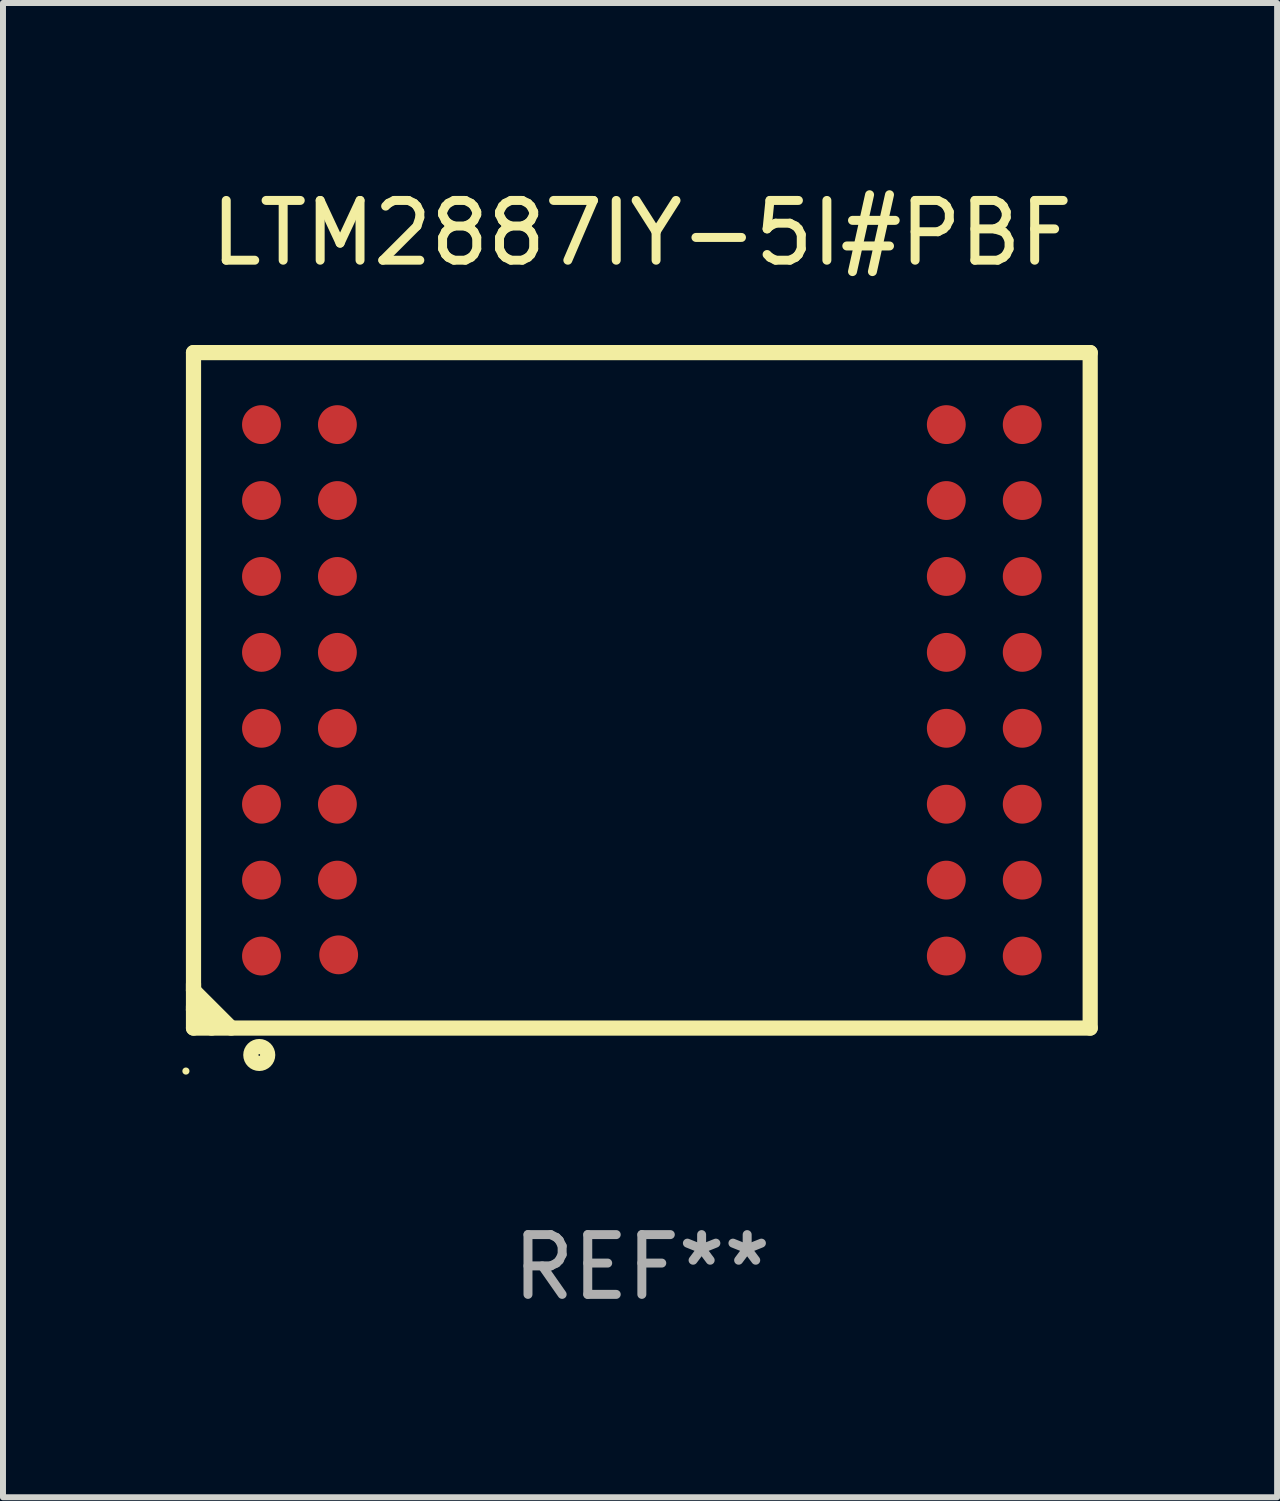
<source format=kicad_pcb>
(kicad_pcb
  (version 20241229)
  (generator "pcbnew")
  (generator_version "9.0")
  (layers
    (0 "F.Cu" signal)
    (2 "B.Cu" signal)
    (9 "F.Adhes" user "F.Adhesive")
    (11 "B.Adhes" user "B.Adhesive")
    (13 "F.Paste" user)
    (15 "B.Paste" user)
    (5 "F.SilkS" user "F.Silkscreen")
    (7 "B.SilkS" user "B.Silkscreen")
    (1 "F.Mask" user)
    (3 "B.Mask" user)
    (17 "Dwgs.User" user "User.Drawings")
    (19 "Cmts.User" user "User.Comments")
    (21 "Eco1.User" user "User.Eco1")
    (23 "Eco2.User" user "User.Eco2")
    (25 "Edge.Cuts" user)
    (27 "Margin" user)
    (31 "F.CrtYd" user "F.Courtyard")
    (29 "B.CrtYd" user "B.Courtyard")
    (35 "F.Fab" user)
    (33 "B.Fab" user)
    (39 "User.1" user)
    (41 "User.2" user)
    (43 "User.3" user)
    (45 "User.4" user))
  (footprint "LTM2887IY-5I#PBF"
    (layer "F.Cu")
    (at 7.687 8.498)
    (property "Reference" "LTM2887IY-5I#PBF" (at 0 -7.65 0) (layer "F.SilkS") (effects (font (size 1 1) (thickness 0.15))))
    (attr through_hole)
    (fp_line (start -7.5 -5.65) (end -7.5 5.65) (stroke (width 0.254) (type solid)) (layer "F.SilkS"))
    (fp_line (start -7.5 -5.65) (end 7.5 -5.65) (stroke (width 0.254) (type solid)) (layer "F.SilkS"))
    (fp_line (start -7.5 4.911) (end -7.5 5.02) (stroke (width 0.254) (type solid)) (layer "F.SilkS"))
    (fp_line (start -7.5 5.02) (end -6.87 5.65) (stroke (width 0.254) (type solid)) (layer "F.SilkS"))
    (fp_line (start -7.5 5.286) (end -7.5 5.347) (stroke (width 0.254) (type solid)) (layer "F.SilkS"))
    (fp_line (start -7.5 5.347) (end -7.197 5.65) (stroke (width 0.254) (type solid)) (layer "F.SilkS"))
    (fp_line (start -7.5 5.65) (end 7.5 5.65) (stroke (width 0.254) (type solid)) (layer "F.SilkS"))
    (fp_line (start 7.5 -5.65) (end 7.5 5.65) (stroke (width 0.254) (type solid)) (layer "F.SilkS"))
    (fp_circle (center -7.627 6.369) (end -7.597 6.369) (stroke (width 0.06) (type solid)) (fill no) (layer "F.SilkS"))
    (fp_circle (center -6.4 6.1) (end -6.259 6.1) (stroke (width 0.254) (type solid)) (fill no) (layer "F.SilkS"))
    (fp_text user "REF**" (at 0 9.65 0) (layer "F.Fab") (effects (font (size 1 1) (thickness 0.15))))
    (pad "A1" smd circle (at -6.363 4.445) (size 0.65 0.65) (layers "F.Cu" "F.Mask" "F.Paste"))
    (pad "A2" smd circle (at -6.363 3.175) (size 0.65 0.65) (layers "F.Cu" "F.Mask" "F.Paste"))
    (pad "A3" smd circle (at -6.363 1.905) (size 0.65 0.65) (layers "F.Cu" "F.Mask" "F.Paste"))
    (pad "A4" smd circle (at -6.363 0.635) (size 0.65 0.65) (layers "F.Cu" "F.Mask" "F.Paste"))
    (pad "A5" smd circle (at -6.363 -0.635) (size 0.65 0.65) (layers "F.Cu" "F.Mask" "F.Paste"))
    (pad "A6" smd circle (at -6.363 -1.905) (size 0.65 0.65) (layers "F.Cu" "F.Mask" "F.Paste"))
    (pad "A7" smd circle (at -6.363 -3.175) (size 0.65 0.65) (layers "F.Cu" "F.Mask" "F.Paste"))
    (pad "A8" smd circle (at -6.363 -4.445) (size 0.65 0.65) (layers "F.Cu" "F.Mask" "F.Paste"))
    (pad "B1" smd circle (at -5.072 4.425) (size 0.65 0.65) (layers "F.Cu" "F.Mask" "F.Paste"))
    (pad "B2" smd circle (at -5.093 3.175) (size 0.65 0.65) (layers "F.Cu" "F.Mask" "F.Paste"))
    (pad "B3" smd circle (at -5.093 1.905) (size 0.65 0.65) (layers "F.Cu" "F.Mask" "F.Paste"))
    (pad "B4" smd circle (at -5.093 0.635) (size 0.65 0.65) (layers "F.Cu" "F.Mask" "F.Paste"))
    (pad "B5" smd circle (at -5.093 -0.635) (size 0.65 0.65) (layers "F.Cu" "F.Mask" "F.Paste"))
    (pad "B6" smd circle (at -5.093 -1.905) (size 0.65 0.65) (layers "F.Cu" "F.Mask" "F.Paste"))
    (pad "B7" smd circle (at -5.093 -3.175) (size 0.65 0.65) (layers "F.Cu" "F.Mask" "F.Paste"))
    (pad "B8" smd circle (at -5.093 -4.445) (size 0.65 0.65) (layers "F.Cu" "F.Mask" "F.Paste"))
    (pad "K1" smd circle (at 5.093 4.445) (size 0.65 0.65) (layers "F.Cu" "F.Mask" "F.Paste"))
    (pad "K2" smd circle (at 5.093 3.175) (size 0.65 0.65) (layers "F.Cu" "F.Mask" "F.Paste"))
    (pad "K3" smd circle (at 5.093 1.905) (size 0.65 0.65) (layers "F.Cu" "F.Mask" "F.Paste"))
    (pad "K4" smd circle (at 5.093 0.635) (size 0.65 0.65) (layers "F.Cu" "F.Mask" "F.Paste"))
    (pad "K5" smd circle (at 5.093 -0.635) (size 0.65 0.65) (layers "F.Cu" "F.Mask" "F.Paste"))
    (pad "K6" smd circle (at 5.093 -1.905) (size 0.65 0.65) (layers "F.Cu" "F.Mask" "F.Paste"))
    (pad "K7" smd circle (at 5.093 -3.175) (size 0.65 0.65) (layers "F.Cu" "F.Mask" "F.Paste"))
    (pad "K8" smd circle (at 5.093 -4.445) (size 0.65 0.65) (layers "F.Cu" "F.Mask" "F.Paste"))
    (pad "L1" smd circle (at 6.363 4.445) (size 0.65 0.65) (layers "F.Cu" "F.Mask" "F.Paste"))
    (pad "L2" smd circle (at 6.363 3.175) (size 0.65 0.65) (layers "F.Cu" "F.Mask" "F.Paste"))
    (pad "L3" smd circle (at 6.363 1.905) (size 0.65 0.65) (layers "F.Cu" "F.Mask" "F.Paste"))
    (pad "L4" smd circle (at 6.363 0.635) (size 0.65 0.65) (layers "F.Cu" "F.Mask" "F.Paste"))
    (pad "L5" smd circle (at 6.363 -0.635) (size 0.65 0.65) (layers "F.Cu" "F.Mask" "F.Paste"))
    (pad "L6" smd circle (at 6.363 -1.905) (size 0.65 0.65) (layers "F.Cu" "F.Mask" "F.Paste"))
    (pad "L7" smd circle (at 6.363 -3.175) (size 0.65 0.65) (layers "F.Cu" "F.Mask" "F.Paste"))
    (pad "L8" smd circle (at 6.363 -4.445) (size 0.65 0.65) (layers "F.Cu" "F.Mask" "F.Paste")))
  (gr_rect
    (start -3 -3)
    (end 18.314 21.997)
    (stroke (width 0.1) (type default))
    (fill no)
    (layer "Edge.Cuts")))
</source>
